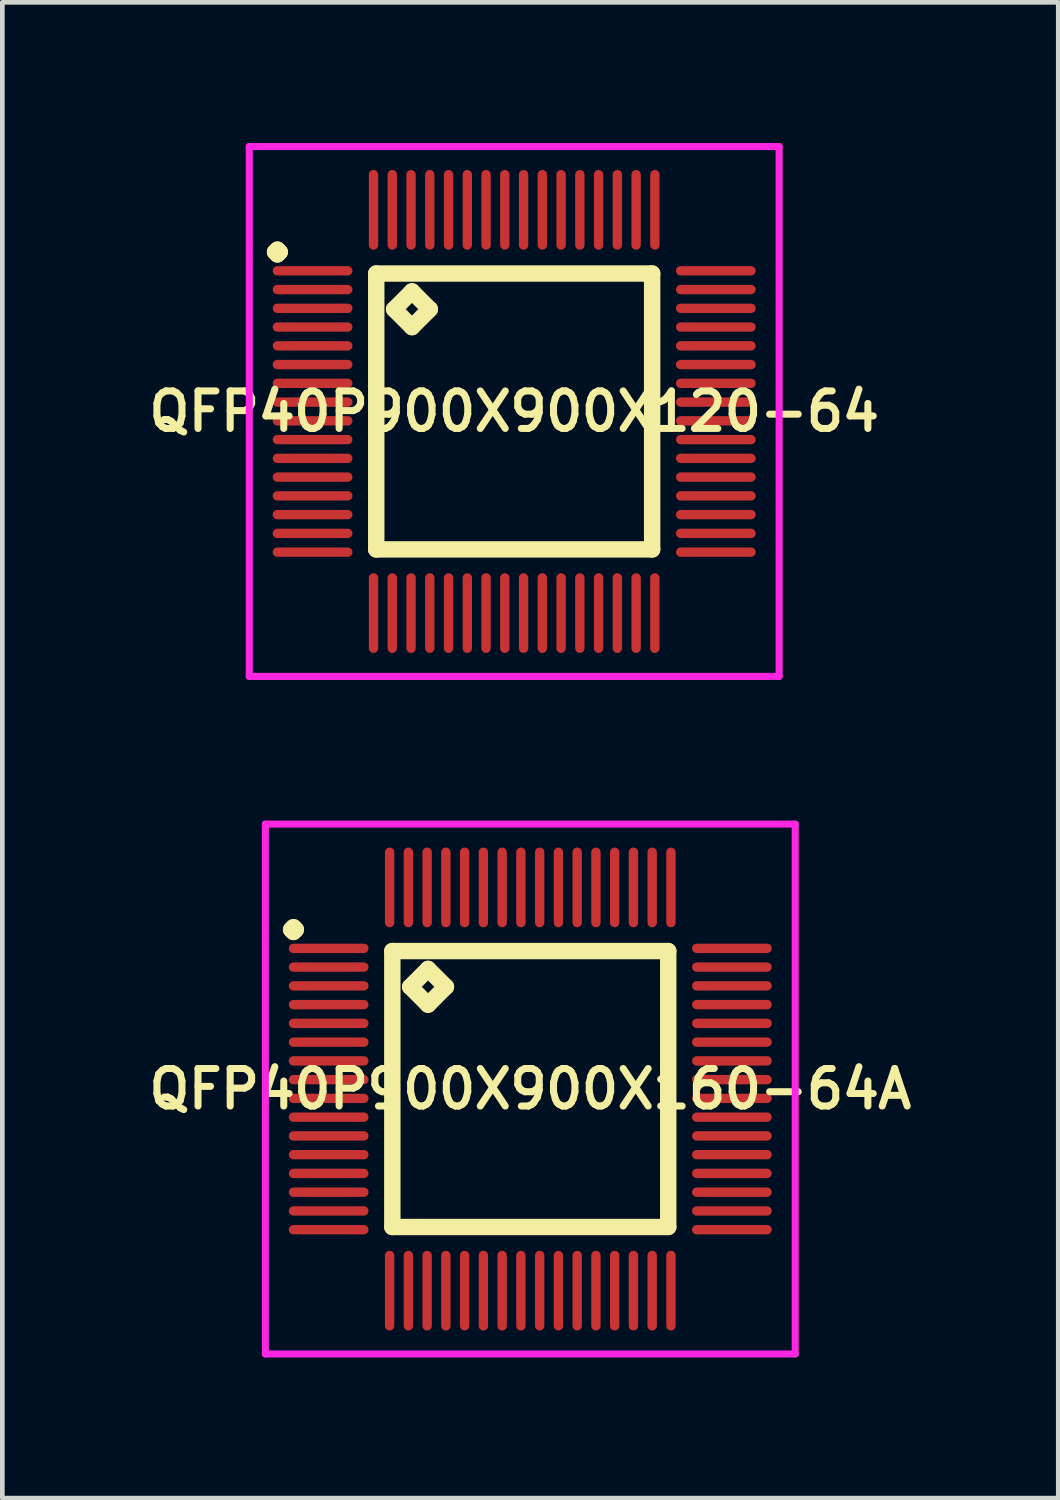
<source format=kicad_pcb>
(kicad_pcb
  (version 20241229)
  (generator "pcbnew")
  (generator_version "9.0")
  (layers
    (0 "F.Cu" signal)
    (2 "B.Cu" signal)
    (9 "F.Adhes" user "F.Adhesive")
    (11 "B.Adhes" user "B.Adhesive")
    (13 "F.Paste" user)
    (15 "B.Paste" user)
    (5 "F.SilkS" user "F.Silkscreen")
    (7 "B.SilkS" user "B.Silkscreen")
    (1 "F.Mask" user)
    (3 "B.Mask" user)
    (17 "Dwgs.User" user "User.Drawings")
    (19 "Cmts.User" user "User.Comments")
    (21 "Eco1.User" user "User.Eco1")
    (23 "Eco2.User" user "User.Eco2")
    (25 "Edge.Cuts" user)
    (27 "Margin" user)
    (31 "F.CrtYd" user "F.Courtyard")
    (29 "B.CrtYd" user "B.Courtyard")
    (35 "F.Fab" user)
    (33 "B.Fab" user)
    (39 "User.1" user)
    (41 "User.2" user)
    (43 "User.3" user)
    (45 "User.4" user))
  (footprint "QFP40P900X900X120-64"
    (layer "F.Cu")
    (at 7.916 5.725)
    (property "Reference" "QFP40P900X900X120-64" (at 0 0 0) (layer "F.SilkS") (effects (font (size 0.8 0.8) (thickness 0.15))))
    (attr smd)
    (fp_line (start -5.1 -3.4) (end -5.05 -3.45) (stroke (width 0.35) (type solid)) (layer "F.SilkS"))
    (fp_line (start -5.05 -3.45) (end -5 -3.4) (stroke (width 0.35) (type solid)) (layer "F.SilkS"))
    (fp_line (start -5.05 -3.35) (end -5.1 -3.4) (stroke (width 0.35) (type solid)) (layer "F.SilkS"))
    (fp_line (start -5 -3.4) (end -5.05 -3.35) (stroke (width 0.35) (type solid)) (layer "F.SilkS"))
    (fp_line (start -2.942 -2.942) (end -2.942 2.942) (stroke (width 0.35) (type solid)) (layer "F.SilkS"))
    (fp_line (start -2.942 2.942) (end 2.942 2.942) (stroke (width 0.35) (type solid)) (layer "F.SilkS"))
    (fp_line (start -2.561 -2.18) (end -2.18 -2.561) (stroke (width 0.35) (type solid)) (layer "F.SilkS"))
    (fp_line (start -2.18 -2.561) (end -1.799 -2.18) (stroke (width 0.35) (type solid)) (layer "F.SilkS"))
    (fp_line (start -2.18 -1.799) (end -2.561 -2.18) (stroke (width 0.35) (type solid)) (layer "F.SilkS"))
    (fp_line (start -1.799 -2.18) (end -2.18 -1.799) (stroke (width 0.35) (type solid)) (layer "F.SilkS"))
    (fp_line (start 2.942 -2.942) (end -2.942 -2.942) (stroke (width 0.35) (type solid)) (layer "F.SilkS"))
    (fp_line (start 2.942 2.942) (end 2.942 -2.942) (stroke (width 0.35) (type solid)) (layer "F.SilkS"))
    (fp_line (start -5.65 -5.65) (end 5.65 -5.65) (stroke (width 0.15) (type solid)) (layer "F.CrtYd"))
    (fp_line (start -5.65 5.65) (end -5.65 -5.65) (stroke (width 0.15) (type solid)) (layer "F.CrtYd"))
    (fp_line (start 5.65 -5.65) (end 5.65 5.65) (stroke (width 0.15) (type solid)) (layer "F.CrtYd"))
    (fp_line (start 5.65 5.65) (end -5.65 5.65) (stroke (width 0.15) (type solid)) (layer "F.CrtYd"))
    (pad "1" smd oval (at -4.3 -3) (size 1.7 0.2) (layers "F.Cu" "F.Mask" "F.Paste"))
    (pad "2" smd oval (at -4.3 -2.6) (size 1.7 0.2) (layers "F.Cu" "F.Mask" "F.Paste"))
    (pad "3" smd oval (at -4.3 -2.2) (size 1.7 0.2) (layers "F.Cu" "F.Mask" "F.Paste"))
    (pad "4" smd oval (at -4.3 -1.8) (size 1.7 0.2) (layers "F.Cu" "F.Mask" "F.Paste"))
    (pad "5" smd oval (at -4.3 -1.4) (size 1.7 0.2) (layers "F.Cu" "F.Mask" "F.Paste"))
    (pad "6" smd oval (at -4.3 -1) (size 1.7 0.2) (layers "F.Cu" "F.Mask" "F.Paste"))
    (pad "7" smd oval (at -4.3 -0.6) (size 1.7 0.2) (layers "F.Cu" "F.Mask" "F.Paste"))
    (pad "8" smd oval (at -4.3 -0.2) (size 1.7 0.2) (layers "F.Cu" "F.Mask" "F.Paste"))
    (pad "9" smd oval (at -4.3 0.2) (size 1.7 0.2) (layers "F.Cu" "F.Mask" "F.Paste"))
    (pad "10" smd oval (at -4.3 0.6) (size 1.7 0.2) (layers "F.Cu" "F.Mask" "F.Paste"))
    (pad "11" smd oval (at -4.3 1) (size 1.7 0.2) (layers "F.Cu" "F.Mask" "F.Paste"))
    (pad "12" smd oval (at -4.3 1.4) (size 1.7 0.2) (layers "F.Cu" "F.Mask" "F.Paste"))
    (pad "13" smd oval (at -4.3 1.8) (size 1.7 0.2) (layers "F.Cu" "F.Mask" "F.Paste"))
    (pad "14" smd oval (at -4.3 2.2) (size 1.7 0.2) (layers "F.Cu" "F.Mask" "F.Paste"))
    (pad "15" smd oval (at -4.3 2.6) (size 1.7 0.2) (layers "F.Cu" "F.Mask" "F.Paste"))
    (pad "16" smd oval (at -4.3 3) (size 1.7 0.2) (layers "F.Cu" "F.Mask" "F.Paste"))
    (pad "17" smd oval (at -3 4.3) (size 0.2 1.7) (layers "F.Cu" "F.Mask" "F.Paste"))
    (pad "18" smd oval (at -2.6 4.3) (size 0.2 1.7) (layers "F.Cu" "F.Mask" "F.Paste"))
    (pad "19" smd oval (at -2.2 4.3) (size 0.2 1.7) (layers "F.Cu" "F.Mask" "F.Paste"))
    (pad "20" smd oval (at -1.8 4.3) (size 0.2 1.7) (layers "F.Cu" "F.Mask" "F.Paste"))
    (pad "21" smd oval (at -1.4 4.3) (size 0.2 1.7) (layers "F.Cu" "F.Mask" "F.Paste"))
    (pad "22" smd oval (at -1 4.3) (size 0.2 1.7) (layers "F.Cu" "F.Mask" "F.Paste"))
    (pad "23" smd oval (at -0.6 4.3) (size 0.2 1.7) (layers "F.Cu" "F.Mask" "F.Paste"))
    (pad "24" smd oval (at -0.2 4.3) (size 0.2 1.7) (layers "F.Cu" "F.Mask" "F.Paste"))
    (pad "25" smd oval (at 0.2 4.3) (size 0.2 1.7) (layers "F.Cu" "F.Mask" "F.Paste"))
    (pad "26" smd oval (at 0.6 4.3) (size 0.2 1.7) (layers "F.Cu" "F.Mask" "F.Paste"))
    (pad "27" smd oval (at 1 4.3) (size 0.2 1.7) (layers "F.Cu" "F.Mask" "F.Paste"))
    (pad "28" smd oval (at 1.4 4.3) (size 0.2 1.7) (layers "F.Cu" "F.Mask" "F.Paste"))
    (pad "29" smd oval (at 1.8 4.3) (size 0.2 1.7) (layers "F.Cu" "F.Mask" "F.Paste"))
    (pad "30" smd oval (at 2.2 4.3) (size 0.2 1.7) (layers "F.Cu" "F.Mask" "F.Paste"))
    (pad "31" smd oval (at 2.6 4.3) (size 0.2 1.7) (layers "F.Cu" "F.Mask" "F.Paste"))
    (pad "32" smd oval (at 3 4.3) (size 0.2 1.7) (layers "F.Cu" "F.Mask" "F.Paste"))
    (pad "33" smd oval (at 4.3 3) (size 1.7 0.2) (layers "F.Cu" "F.Mask" "F.Paste"))
    (pad "34" smd oval (at 4.3 2.6) (size 1.7 0.2) (layers "F.Cu" "F.Mask" "F.Paste"))
    (pad "35" smd oval (at 4.3 2.2) (size 1.7 0.2) (layers "F.Cu" "F.Mask" "F.Paste"))
    (pad "36" smd oval (at 4.3 1.8) (size 1.7 0.2) (layers "F.Cu" "F.Mask" "F.Paste"))
    (pad "37" smd oval (at 4.3 1.4) (size 1.7 0.2) (layers "F.Cu" "F.Mask" "F.Paste"))
    (pad "38" smd oval (at 4.3 1) (size 1.7 0.2) (layers "F.Cu" "F.Mask" "F.Paste"))
    (pad "39" smd oval (at 4.3 0.6) (size 1.7 0.2) (layers "F.Cu" "F.Mask" "F.Paste"))
    (pad "40" smd oval (at 4.3 0.2) (size 1.7 0.2) (layers "F.Cu" "F.Mask" "F.Paste"))
    (pad "41" smd oval (at 4.3 -0.2) (size 1.7 0.2) (layers "F.Cu" "F.Mask" "F.Paste"))
    (pad "42" smd oval (at 4.3 -0.6) (size 1.7 0.2) (layers "F.Cu" "F.Mask" "F.Paste"))
    (pad "43" smd oval (at 4.3 -1) (size 1.7 0.2) (layers "F.Cu" "F.Mask" "F.Paste"))
    (pad "44" smd oval (at 4.3 -1.4) (size 1.7 0.2) (layers "F.Cu" "F.Mask" "F.Paste"))
    (pad "45" smd oval (at 4.3 -1.8) (size 1.7 0.2) (layers "F.Cu" "F.Mask" "F.Paste"))
    (pad "46" smd oval (at 4.3 -2.2) (size 1.7 0.2) (layers "F.Cu" "F.Mask" "F.Paste"))
    (pad "47" smd oval (at 4.3 -2.6) (size 1.7 0.2) (layers "F.Cu" "F.Mask" "F.Paste"))
    (pad "48" smd oval (at 4.3 -3) (size 1.7 0.2) (layers "F.Cu" "F.Mask" "F.Paste"))
    (pad "49" smd oval (at 3 -4.3) (size 0.2 1.7) (layers "F.Cu" "F.Mask" "F.Paste"))
    (pad "50" smd oval (at 2.6 -4.3) (size 0.2 1.7) (layers "F.Cu" "F.Mask" "F.Paste"))
    (pad "51" smd oval (at 2.2 -4.3) (size 0.2 1.7) (layers "F.Cu" "F.Mask" "F.Paste"))
    (pad "52" smd oval (at 1.8 -4.3) (size 0.2 1.7) (layers "F.Cu" "F.Mask" "F.Paste"))
    (pad "53" smd oval (at 1.4 -4.3) (size 0.2 1.7) (layers "F.Cu" "F.Mask" "F.Paste"))
    (pad "54" smd oval (at 1 -4.3) (size 0.2 1.7) (layers "F.Cu" "F.Mask" "F.Paste"))
    (pad "55" smd oval (at 0.6 -4.3) (size 0.2 1.7) (layers "F.Cu" "F.Mask" "F.Paste"))
    (pad "56" smd oval (at 0.2 -4.3) (size 0.2 1.7) (layers "F.Cu" "F.Mask" "F.Paste"))
    (pad "57" smd oval (at -0.2 -4.3) (size 0.2 1.7) (layers "F.Cu" "F.Mask" "F.Paste"))
    (pad "58" smd oval (at -0.6 -4.3) (size 0.2 1.7) (layers "F.Cu" "F.Mask" "F.Paste"))
    (pad "59" smd oval (at -1 -4.3) (size 0.2 1.7) (layers "F.Cu" "F.Mask" "F.Paste"))
    (pad "60" smd oval (at -1.4 -4.3) (size 0.2 1.7) (layers "F.Cu" "F.Mask" "F.Paste"))
    (pad "61" smd oval (at -1.8 -4.3) (size 0.2 1.7) (layers "F.Cu" "F.Mask" "F.Paste"))
    (pad "62" smd oval (at -2.2 -4.3) (size 0.2 1.7) (layers "F.Cu" "F.Mask" "F.Paste"))
    (pad "63" smd oval (at -2.6 -4.3) (size 0.2 1.7) (layers "F.Cu" "F.Mask" "F.Paste"))
    (pad "64" smd oval (at -3 -4.3) (size 0.2 1.7) (layers "F.Cu" "F.Mask" "F.Paste")))
  (footprint "QFP40P900X900X160-64A"
    (layer "F.Cu")
    (at 8.259 20.175)
    (property "Reference" "QFP40P900X900X160-64A" (at 0 0 0) (layer "F.SilkS") (effects (font (size 0.8 0.8) (thickness 0.15))))
    (attr smd)
    (fp_line (start -5.1 -3.4) (end -5.05 -3.45) (stroke (width 0.35) (type solid)) (layer "F.SilkS"))
    (fp_line (start -5.05 -3.45) (end -5 -3.4) (stroke (width 0.35) (type solid)) (layer "F.SilkS"))
    (fp_line (start -5.05 -3.35) (end -5.1 -3.4) (stroke (width 0.35) (type solid)) (layer "F.SilkS"))
    (fp_line (start -5 -3.4) (end -5.05 -3.35) (stroke (width 0.35) (type solid)) (layer "F.SilkS"))
    (fp_line (start -2.942 -2.942) (end -2.942 2.942) (stroke (width 0.35) (type solid)) (layer "F.SilkS"))
    (fp_line (start -2.942 2.942) (end 2.942 2.942) (stroke (width 0.35) (type solid)) (layer "F.SilkS"))
    (fp_line (start -2.561 -2.18) (end -2.18 -2.561) (stroke (width 0.35) (type solid)) (layer "F.SilkS"))
    (fp_line (start -2.18 -2.561) (end -1.799 -2.18) (stroke (width 0.35) (type solid)) (layer "F.SilkS"))
    (fp_line (start -2.18 -1.799) (end -2.561 -2.18) (stroke (width 0.35) (type solid)) (layer "F.SilkS"))
    (fp_line (start -1.799 -2.18) (end -2.18 -1.799) (stroke (width 0.35) (type solid)) (layer "F.SilkS"))
    (fp_line (start 2.942 -2.942) (end -2.942 -2.942) (stroke (width 0.35) (type solid)) (layer "F.SilkS"))
    (fp_line (start 2.942 2.942) (end 2.942 -2.942) (stroke (width 0.35) (type solid)) (layer "F.SilkS"))
    (fp_line (start -5.65 -5.65) (end 5.65 -5.65) (stroke (width 0.15) (type solid)) (layer "F.CrtYd"))
    (fp_line (start -5.65 5.65) (end -5.65 -5.65) (stroke (width 0.15) (type solid)) (layer "F.CrtYd"))
    (fp_line (start 5.65 -5.65) (end 5.65 5.65) (stroke (width 0.15) (type solid)) (layer "F.CrtYd"))
    (fp_line (start 5.65 5.65) (end -5.65 5.65) (stroke (width 0.15) (type solid)) (layer "F.CrtYd"))
    (pad "1" smd oval (at -4.3 -3) (size 1.7 0.2) (layers "F.Cu" "F.Mask" "F.Paste"))
    (pad "2" smd oval (at -4.3 -2.6) (size 1.7 0.2) (layers "F.Cu" "F.Mask" "F.Paste"))
    (pad "3" smd oval (at -4.3 -2.2) (size 1.7 0.2) (layers "F.Cu" "F.Mask" "F.Paste"))
    (pad "4" smd oval (at -4.3 -1.8) (size 1.7 0.2) (layers "F.Cu" "F.Mask" "F.Paste"))
    (pad "5" smd oval (at -4.3 -1.4) (size 1.7 0.2) (layers "F.Cu" "F.Mask" "F.Paste"))
    (pad "6" smd oval (at -4.3 -1) (size 1.7 0.2) (layers "F.Cu" "F.Mask" "F.Paste"))
    (pad "7" smd oval (at -4.3 -0.6) (size 1.7 0.2) (layers "F.Cu" "F.Mask" "F.Paste"))
    (pad "8" smd oval (at -4.3 -0.2) (size 1.7 0.2) (layers "F.Cu" "F.Mask" "F.Paste"))
    (pad "9" smd oval (at -4.3 0.2) (size 1.7 0.2) (layers "F.Cu" "F.Mask" "F.Paste"))
    (pad "10" smd oval (at -4.3 0.6) (size 1.7 0.2) (layers "F.Cu" "F.Mask" "F.Paste"))
    (pad "11" smd oval (at -4.3 1) (size 1.7 0.2) (layers "F.Cu" "F.Mask" "F.Paste"))
    (pad "12" smd oval (at -4.3 1.4) (size 1.7 0.2) (layers "F.Cu" "F.Mask" "F.Paste"))
    (pad "13" smd oval (at -4.3 1.8) (size 1.7 0.2) (layers "F.Cu" "F.Mask" "F.Paste"))
    (pad "14" smd oval (at -4.3 2.2) (size 1.7 0.2) (layers "F.Cu" "F.Mask" "F.Paste"))
    (pad "15" smd oval (at -4.3 2.6) (size 1.7 0.2) (layers "F.Cu" "F.Mask" "F.Paste"))
    (pad "16" smd oval (at -4.3 3) (size 1.7 0.2) (layers "F.Cu" "F.Mask" "F.Paste"))
    (pad "17" smd oval (at -3 4.3) (size 0.2 1.7) (layers "F.Cu" "F.Mask" "F.Paste"))
    (pad "18" smd oval (at -2.6 4.3) (size 0.2 1.7) (layers "F.Cu" "F.Mask" "F.Paste"))
    (pad "19" smd oval (at -2.2 4.3) (size 0.2 1.7) (layers "F.Cu" "F.Mask" "F.Paste"))
    (pad "20" smd oval (at -1.8 4.3) (size 0.2 1.7) (layers "F.Cu" "F.Mask" "F.Paste"))
    (pad "21" smd oval (at -1.4 4.3) (size 0.2 1.7) (layers "F.Cu" "F.Mask" "F.Paste"))
    (pad "22" smd oval (at -1 4.3) (size 0.2 1.7) (layers "F.Cu" "F.Mask" "F.Paste"))
    (pad "23" smd oval (at -0.6 4.3) (size 0.2 1.7) (layers "F.Cu" "F.Mask" "F.Paste"))
    (pad "24" smd oval (at -0.2 4.3) (size 0.2 1.7) (layers "F.Cu" "F.Mask" "F.Paste"))
    (pad "25" smd oval (at 0.2 4.3) (size 0.2 1.7) (layers "F.Cu" "F.Mask" "F.Paste"))
    (pad "26" smd oval (at 0.6 4.3) (size 0.2 1.7) (layers "F.Cu" "F.Mask" "F.Paste"))
    (pad "27" smd oval (at 1 4.3) (size 0.2 1.7) (layers "F.Cu" "F.Mask" "F.Paste"))
    (pad "28" smd oval (at 1.4 4.3) (size 0.2 1.7) (layers "F.Cu" "F.Mask" "F.Paste"))
    (pad "29" smd oval (at 1.8 4.3) (size 0.2 1.7) (layers "F.Cu" "F.Mask" "F.Paste"))
    (pad "30" smd oval (at 2.2 4.3) (size 0.2 1.7) (layers "F.Cu" "F.Mask" "F.Paste"))
    (pad "31" smd oval (at 2.6 4.3) (size 0.2 1.7) (layers "F.Cu" "F.Mask" "F.Paste"))
    (pad "32" smd oval (at 3 4.3) (size 0.2 1.7) (layers "F.Cu" "F.Mask" "F.Paste"))
    (pad "33" smd oval (at 4.3 3) (size 1.7 0.2) (layers "F.Cu" "F.Mask" "F.Paste"))
    (pad "34" smd oval (at 4.3 2.6) (size 1.7 0.2) (layers "F.Cu" "F.Mask" "F.Paste"))
    (pad "35" smd oval (at 4.3 2.2) (size 1.7 0.2) (layers "F.Cu" "F.Mask" "F.Paste"))
    (pad "36" smd oval (at 4.3 1.8) (size 1.7 0.2) (layers "F.Cu" "F.Mask" "F.Paste"))
    (pad "37" smd oval (at 4.3 1.4) (size 1.7 0.2) (layers "F.Cu" "F.Mask" "F.Paste"))
    (pad "38" smd oval (at 4.3 1) (size 1.7 0.2) (layers "F.Cu" "F.Mask" "F.Paste"))
    (pad "39" smd oval (at 4.3 0.6) (size 1.7 0.2) (layers "F.Cu" "F.Mask" "F.Paste"))
    (pad "40" smd oval (at 4.3 0.2) (size 1.7 0.2) (layers "F.Cu" "F.Mask" "F.Paste"))
    (pad "41" smd oval (at 4.3 -0.2) (size 1.7 0.2) (layers "F.Cu" "F.Mask" "F.Paste"))
    (pad "42" smd oval (at 4.3 -0.6) (size 1.7 0.2) (layers "F.Cu" "F.Mask" "F.Paste"))
    (pad "43" smd oval (at 4.3 -1) (size 1.7 0.2) (layers "F.Cu" "F.Mask" "F.Paste"))
    (pad "44" smd oval (at 4.3 -1.4) (size 1.7 0.2) (layers "F.Cu" "F.Mask" "F.Paste"))
    (pad "45" smd oval (at 4.3 -1.8) (size 1.7 0.2) (layers "F.Cu" "F.Mask" "F.Paste"))
    (pad "46" smd oval (at 4.3 -2.2) (size 1.7 0.2) (layers "F.Cu" "F.Mask" "F.Paste"))
    (pad "47" smd oval (at 4.3 -2.6) (size 1.7 0.2) (layers "F.Cu" "F.Mask" "F.Paste"))
    (pad "48" smd oval (at 4.3 -3) (size 1.7 0.2) (layers "F.Cu" "F.Mask" "F.Paste"))
    (pad "49" smd oval (at 3 -4.3) (size 0.2 1.7) (layers "F.Cu" "F.Mask" "F.Paste"))
    (pad "50" smd oval (at 2.6 -4.3) (size 0.2 1.7) (layers "F.Cu" "F.Mask" "F.Paste"))
    (pad "51" smd oval (at 2.2 -4.3) (size 0.2 1.7) (layers "F.Cu" "F.Mask" "F.Paste"))
    (pad "52" smd oval (at 1.8 -4.3) (size 0.2 1.7) (layers "F.Cu" "F.Mask" "F.Paste"))
    (pad "53" smd oval (at 1.4 -4.3) (size 0.2 1.7) (layers "F.Cu" "F.Mask" "F.Paste"))
    (pad "54" smd oval (at 1 -4.3) (size 0.2 1.7) (layers "F.Cu" "F.Mask" "F.Paste"))
    (pad "55" smd oval (at 0.6 -4.3) (size 0.2 1.7) (layers "F.Cu" "F.Mask" "F.Paste"))
    (pad "56" smd oval (at 0.2 -4.3) (size 0.2 1.7) (layers "F.Cu" "F.Mask" "F.Paste"))
    (pad "57" smd oval (at -0.2 -4.3) (size 0.2 1.7) (layers "F.Cu" "F.Mask" "F.Paste"))
    (pad "58" smd oval (at -0.6 -4.3) (size 0.2 1.7) (layers "F.Cu" "F.Mask" "F.Paste"))
    (pad "59" smd oval (at -1 -4.3) (size 0.2 1.7) (layers "F.Cu" "F.Mask" "F.Paste"))
    (pad "60" smd oval (at -1.4 -4.3) (size 0.2 1.7) (layers "F.Cu" "F.Mask" "F.Paste"))
    (pad "61" smd oval (at -1.8 -4.3) (size 0.2 1.7) (layers "F.Cu" "F.Mask" "F.Paste"))
    (pad "62" smd oval (at -2.2 -4.3) (size 0.2 1.7) (layers "F.Cu" "F.Mask" "F.Paste"))
    (pad "63" smd oval (at -2.6 -4.3) (size 0.2 1.7) (layers "F.Cu" "F.Mask" "F.Paste"))
    (pad "64" smd oval (at -3 -4.3) (size 0.2 1.7) (layers "F.Cu" "F.Mask" "F.Paste")))
  (gr_rect
    (start -3 -3)
    (end 19.519 28.9)
    (stroke (width 0.1) (type default))
    (fill no)
    (layer "Edge.Cuts")))
</source>
